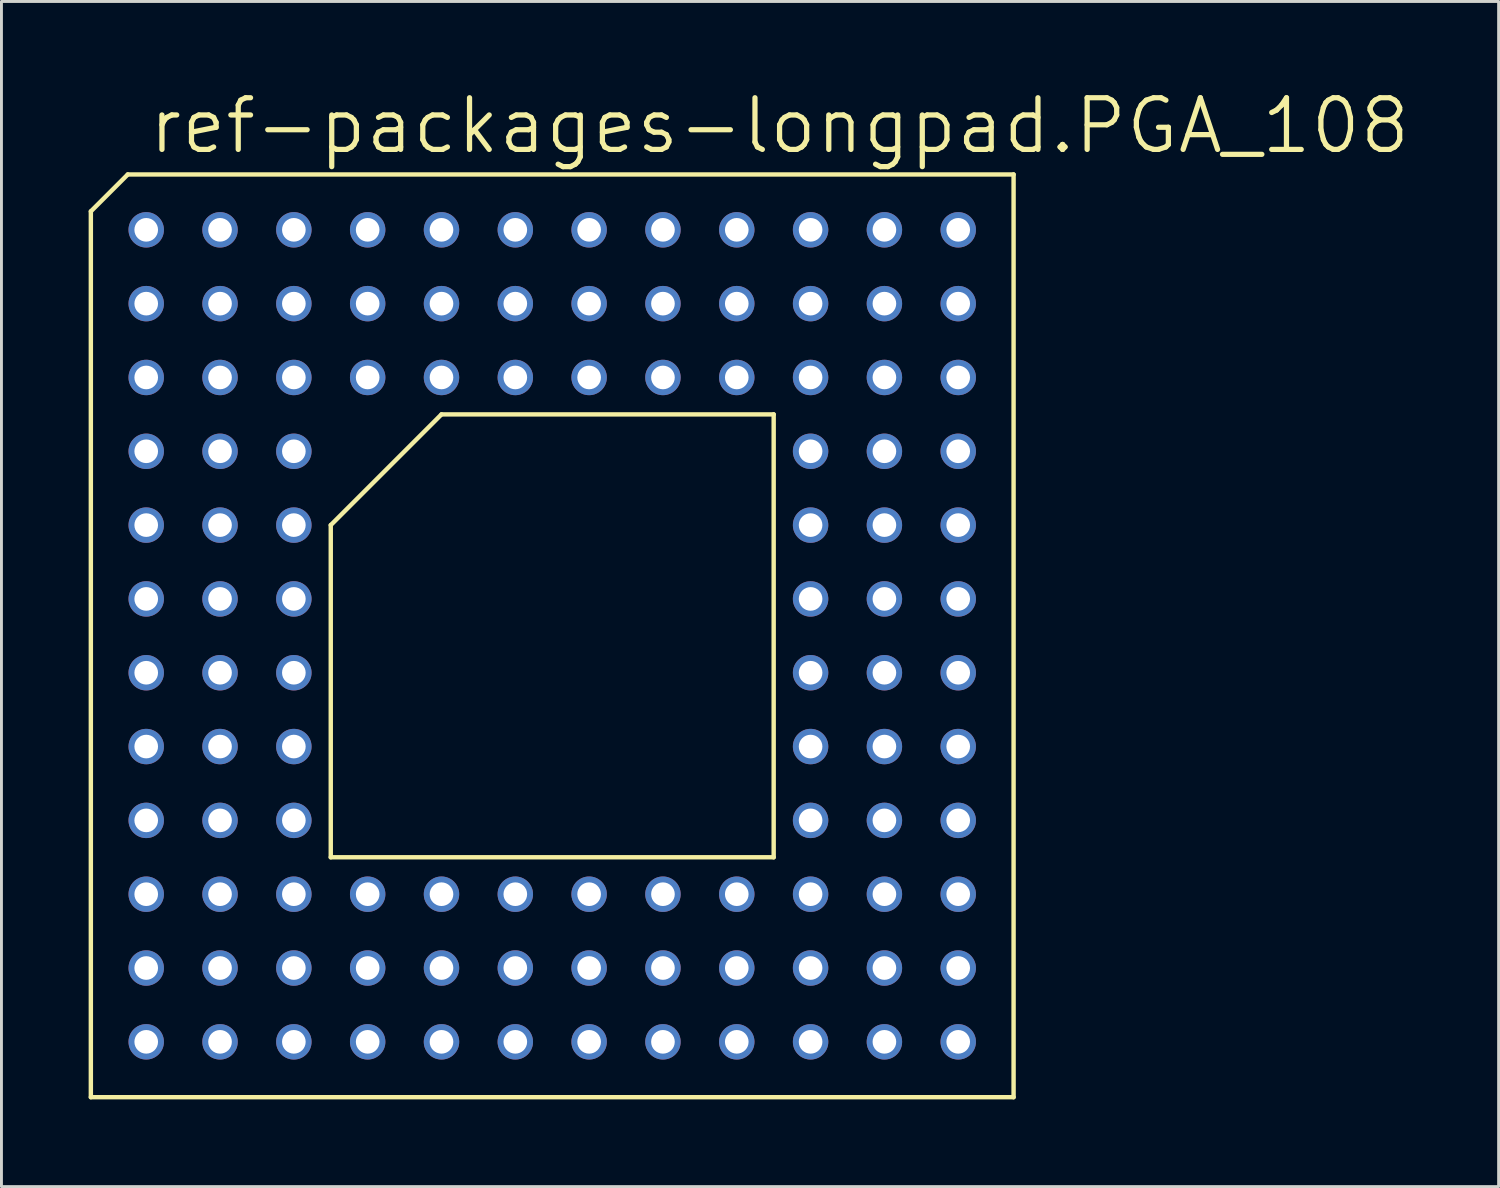
<source format=kicad_pcb>
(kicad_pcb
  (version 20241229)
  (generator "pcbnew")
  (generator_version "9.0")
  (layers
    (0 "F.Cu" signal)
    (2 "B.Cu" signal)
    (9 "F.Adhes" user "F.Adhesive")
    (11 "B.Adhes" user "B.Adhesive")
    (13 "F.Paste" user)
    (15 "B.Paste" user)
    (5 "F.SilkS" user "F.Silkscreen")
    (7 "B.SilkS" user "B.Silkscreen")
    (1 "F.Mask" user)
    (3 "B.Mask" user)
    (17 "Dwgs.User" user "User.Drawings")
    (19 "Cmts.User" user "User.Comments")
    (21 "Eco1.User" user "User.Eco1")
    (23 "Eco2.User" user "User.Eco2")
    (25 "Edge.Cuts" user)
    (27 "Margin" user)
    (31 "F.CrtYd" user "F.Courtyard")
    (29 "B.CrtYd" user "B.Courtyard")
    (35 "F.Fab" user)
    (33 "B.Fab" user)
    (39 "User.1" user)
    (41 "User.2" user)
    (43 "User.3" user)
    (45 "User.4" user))
  (footprint "ref-packages-longpad.PGA_108"
    (layer "F.Cu")
    (at 15.951 18.828)
    (property "Reference" "ref-packages-longpad.PGA_108" (at -13.97 -16.51 0) (layer "F.SilkS") (effects (font (size 1.778 1.778) (thickness 0.18)) (justify left bottom)))
    (attr through_hole)
    (fp_line (start -15.875 -14.605) (end -14.605 -15.875) (stroke (width 0.152) (type default)) (layer "F.SilkS"))
    (fp_line (start -15.875 15.875) (end -15.875 -14.605) (stroke (width 0.152) (type default)) (layer "F.SilkS"))
    (fp_line (start -14.605 -15.875) (end 15.875 -15.875) (stroke (width 0.152) (type default)) (layer "F.SilkS"))
    (fp_line (start -7.62 -3.81) (end -7.62 7.62) (stroke (width 0.152) (type default)) (layer "F.SilkS"))
    (fp_line (start -3.81 -7.62) (end -7.62 -3.81) (stroke (width 0.152) (type default)) (layer "F.SilkS"))
    (fp_line (start 7.62 -7.62) (end -3.81 -7.62) (stroke (width 0.152) (type default)) (layer "F.SilkS"))
    (fp_line (start 7.62 7.62) (end -7.62 7.62) (stroke (width 0.152) (type default)) (layer "F.SilkS"))
    (fp_line (start 7.62 7.62) (end 7.62 -7.62) (stroke (width 0.152) (type default)) (layer "F.SilkS"))
    (fp_line (start 15.875 -15.875) (end 15.875 15.875) (stroke (width 0.152) (type default)) (layer "F.SilkS"))
    (fp_line (start 15.875 15.875) (end -15.875 15.875) (stroke (width 0.152) (type default)) (layer "F.SilkS"))
    (pad "A1" thru_hole circle (at -13.97 -13.97) (size 1.219 1.219) (drill 0.813) (layers "*.Cu" "*.Mask"))
    (pad "A2" thru_hole circle (at -11.43 -13.97) (size 1.219 1.219) (drill 0.813) (layers "*.Cu" "*.Mask"))
    (pad "A3" thru_hole circle (at -8.89 -13.97) (size 1.219 1.219) (drill 0.813) (layers "*.Cu" "*.Mask"))
    (pad "A4" thru_hole circle (at -6.35 -13.97) (size 1.219 1.219) (drill 0.813) (layers "*.Cu" "*.Mask"))
    (pad "A5" thru_hole circle (at -3.81 -13.97) (size 1.219 1.219) (drill 0.813) (layers "*.Cu" "*.Mask"))
    (pad "A6" thru_hole circle (at -1.27 -13.97) (size 1.219 1.219) (drill 0.813) (layers "*.Cu" "*.Mask"))
    (pad "A7" thru_hole circle (at 1.27 -13.97) (size 1.219 1.219) (drill 0.813) (layers "*.Cu" "*.Mask"))
    (pad "A8" thru_hole circle (at 3.81 -13.97) (size 1.219 1.219) (drill 0.813) (layers "*.Cu" "*.Mask"))
    (pad "A9" thru_hole circle (at 6.35 -13.97) (size 1.219 1.219) (drill 0.813) (layers "*.Cu" "*.Mask"))
    (pad "A10" thru_hole circle (at 8.89 -13.97) (size 1.219 1.219) (drill 0.813) (layers "*.Cu" "*.Mask"))
    (pad "A11" thru_hole circle (at 11.43 -13.97) (size 1.219 1.219) (drill 0.813) (layers "*.Cu" "*.Mask"))
    (pad "A12" thru_hole circle (at 13.97 -13.97) (size 1.219 1.219) (drill 0.813) (layers "*.Cu" "*.Mask"))
    (pad "B1" thru_hole circle (at -13.97 -11.43) (size 1.219 1.219) (drill 0.813) (layers "*.Cu" "*.Mask"))
    (pad "B2" thru_hole circle (at -11.43 -11.43) (size 1.219 1.219) (drill 0.813) (layers "*.Cu" "*.Mask"))
    (pad "B3" thru_hole circle (at -8.89 -11.43) (size 1.219 1.219) (drill 0.813) (layers "*.Cu" "*.Mask"))
    (pad "B4" thru_hole circle (at -6.35 -11.43) (size 1.219 1.219) (drill 0.813) (layers "*.Cu" "*.Mask"))
    (pad "B5" thru_hole circle (at -3.81 -11.43) (size 1.219 1.219) (drill 0.813) (layers "*.Cu" "*.Mask"))
    (pad "B6" thru_hole circle (at -1.27 -11.43) (size 1.219 1.219) (drill 0.813) (layers "*.Cu" "*.Mask"))
    (pad "B7" thru_hole circle (at 1.27 -11.43) (size 1.219 1.219) (drill 0.813) (layers "*.Cu" "*.Mask"))
    (pad "B8" thru_hole circle (at 3.81 -11.43) (size 1.219 1.219) (drill 0.813) (layers "*.Cu" "*.Mask"))
    (pad "B9" thru_hole circle (at 6.35 -11.43) (size 1.219 1.219) (drill 0.813) (layers "*.Cu" "*.Mask"))
    (pad "B10" thru_hole circle (at 8.89 -11.43) (size 1.219 1.219) (drill 0.813) (layers "*.Cu" "*.Mask"))
    (pad "B11" thru_hole circle (at 11.43 -11.43) (size 1.219 1.219) (drill 0.813) (layers "*.Cu" "*.Mask"))
    (pad "B12" thru_hole circle (at 13.97 -11.43) (size 1.219 1.219) (drill 0.813) (layers "*.Cu" "*.Mask"))
    (pad "C1" thru_hole circle (at -13.97 -8.89) (size 1.219 1.219) (drill 0.813) (layers "*.Cu" "*.Mask"))
    (pad "C2" thru_hole circle (at -11.43 -8.89) (size 1.219 1.219) (drill 0.813) (layers "*.Cu" "*.Mask"))
    (pad "C3" thru_hole circle (at -8.89 -8.89) (size 1.219 1.219) (drill 0.813) (layers "*.Cu" "*.Mask"))
    (pad "C4" thru_hole circle (at -6.35 -8.89) (size 1.219 1.219) (drill 0.813) (layers "*.Cu" "*.Mask"))
    (pad "C5" thru_hole circle (at -3.81 -8.89) (size 1.219 1.219) (drill 0.813) (layers "*.Cu" "*.Mask"))
    (pad "C6" thru_hole circle (at -1.27 -8.89) (size 1.219 1.219) (drill 0.813) (layers "*.Cu" "*.Mask"))
    (pad "C7" thru_hole circle (at 1.27 -8.89) (size 1.219 1.219) (drill 0.813) (layers "*.Cu" "*.Mask"))
    (pad "C8" thru_hole circle (at 3.81 -8.89) (size 1.219 1.219) (drill 0.813) (layers "*.Cu" "*.Mask"))
    (pad "C9" thru_hole circle (at 6.35 -8.89) (size 1.219 1.219) (drill 0.813) (layers "*.Cu" "*.Mask"))
    (pad "C10" thru_hole circle (at 8.89 -8.89) (size 1.219 1.219) (drill 0.813) (layers "*.Cu" "*.Mask"))
    (pad "C11" thru_hole circle (at 11.43 -8.89) (size 1.219 1.219) (drill 0.813) (layers "*.Cu" "*.Mask"))
    (pad "C12" thru_hole circle (at 13.97 -8.89) (size 1.219 1.219) (drill 0.813) (layers "*.Cu" "*.Mask"))
    (pad "D1" thru_hole circle (at -13.97 -6.35) (size 1.219 1.219) (drill 0.813) (layers "*.Cu" "*.Mask"))
    (pad "D2" thru_hole circle (at -11.43 -6.35) (size 1.219 1.219) (drill 0.813) (layers "*.Cu" "*.Mask"))
    (pad "D3" thru_hole circle (at -8.89 -6.35) (size 1.219 1.219) (drill 0.813) (layers "*.Cu" "*.Mask"))
    (pad "D10" thru_hole circle (at 8.89 -6.35) (size 1.219 1.219) (drill 0.813) (layers "*.Cu" "*.Mask"))
    (pad "D11" thru_hole circle (at 11.43 -6.35) (size 1.219 1.219) (drill 0.813) (layers "*.Cu" "*.Mask"))
    (pad "D12" thru_hole circle (at 13.97 -6.35) (size 1.219 1.219) (drill 0.813) (layers "*.Cu" "*.Mask"))
    (pad "E1" thru_hole circle (at -13.97 -3.81) (size 1.219 1.219) (drill 0.813) (layers "*.Cu" "*.Mask"))
    (pad "E2" thru_hole circle (at -11.43 -3.81) (size 1.219 1.219) (drill 0.813) (layers "*.Cu" "*.Mask"))
    (pad "E3" thru_hole circle (at -8.89 -3.81) (size 1.219 1.219) (drill 0.813) (layers "*.Cu" "*.Mask"))
    (pad "E10" thru_hole circle (at 8.89 -3.81) (size 1.219 1.219) (drill 0.813) (layers "*.Cu" "*.Mask"))
    (pad "E11" thru_hole circle (at 11.43 -3.81) (size 1.219 1.219) (drill 0.813) (layers "*.Cu" "*.Mask"))
    (pad "E12" thru_hole circle (at 13.97 -3.81) (size 1.219 1.219) (drill 0.813) (layers "*.Cu" "*.Mask"))
    (pad "F1" thru_hole circle (at -13.97 -1.27) (size 1.219 1.219) (drill 0.813) (layers "*.Cu" "*.Mask"))
    (pad "F2" thru_hole circle (at -11.43 -1.27) (size 1.219 1.219) (drill 0.813) (layers "*.Cu" "*.Mask"))
    (pad "F3" thru_hole circle (at -8.89 -1.27) (size 1.219 1.219) (drill 0.813) (layers "*.Cu" "*.Mask"))
    (pad "F10" thru_hole circle (at 8.89 -1.27) (size 1.219 1.219) (drill 0.813) (layers "*.Cu" "*.Mask"))
    (pad "F11" thru_hole circle (at 11.43 -1.27) (size 1.219 1.219) (drill 0.813) (layers "*.Cu" "*.Mask"))
    (pad "F12" thru_hole circle (at 13.97 -1.27) (size 1.219 1.219) (drill 0.813) (layers "*.Cu" "*.Mask"))
    (pad "G1" thru_hole circle (at -13.97 1.27) (size 1.219 1.219) (drill 0.813) (layers "*.Cu" "*.Mask"))
    (pad "G2" thru_hole circle (at -11.43 1.27) (size 1.219 1.219) (drill 0.813) (layers "*.Cu" "*.Mask"))
    (pad "G3" thru_hole circle (at -8.89 1.27) (size 1.219 1.219) (drill 0.813) (layers "*.Cu" "*.Mask"))
    (pad "G10" thru_hole circle (at 8.89 1.27) (size 1.219 1.219) (drill 0.813) (layers "*.Cu" "*.Mask"))
    (pad "G11" thru_hole circle (at 11.43 1.27) (size 1.219 1.219) (drill 0.813) (layers "*.Cu" "*.Mask"))
    (pad "G12" thru_hole circle (at 13.97 1.27) (size 1.219 1.219) (drill 0.813) (layers "*.Cu" "*.Mask"))
    (pad "H1" thru_hole circle (at -13.97 3.81) (size 1.219 1.219) (drill 0.813) (layers "*.Cu" "*.Mask"))
    (pad "H2" thru_hole circle (at -11.43 3.81) (size 1.219 1.219) (drill 0.813) (layers "*.Cu" "*.Mask"))
    (pad "H3" thru_hole circle (at -8.89 3.81) (size 1.219 1.219) (drill 0.813) (layers "*.Cu" "*.Mask"))
    (pad "H10" thru_hole circle (at 8.89 3.81) (size 1.219 1.219) (drill 0.813) (layers "*.Cu" "*.Mask"))
    (pad "H11" thru_hole circle (at 11.43 3.81) (size 1.219 1.219) (drill 0.813) (layers "*.Cu" "*.Mask"))
    (pad "H12" thru_hole circle (at 13.97 3.81) (size 1.219 1.219) (drill 0.813) (layers "*.Cu" "*.Mask"))
    (pad "J1" thru_hole circle (at -13.97 6.35) (size 1.219 1.219) (drill 0.813) (layers "*.Cu" "*.Mask"))
    (pad "J2" thru_hole circle (at -11.43 6.35) (size 1.219 1.219) (drill 0.813) (layers "*.Cu" "*.Mask"))
    (pad "J3" thru_hole circle (at -8.89 6.35) (size 1.219 1.219) (drill 0.813) (layers "*.Cu" "*.Mask"))
    (pad "J10" thru_hole circle (at 8.89 6.35) (size 1.219 1.219) (drill 0.813) (layers "*.Cu" "*.Mask"))
    (pad "J11" thru_hole circle (at 11.43 6.35) (size 1.219 1.219) (drill 0.813) (layers "*.Cu" "*.Mask"))
    (pad "J12" thru_hole circle (at 13.97 6.35) (size 1.219 1.219) (drill 0.813) (layers "*.Cu" "*.Mask"))
    (pad "K1" thru_hole circle (at -13.97 8.89) (size 1.219 1.219) (drill 0.813) (layers "*.Cu" "*.Mask"))
    (pad "K2" thru_hole circle (at -11.43 8.89) (size 1.219 1.219) (drill 0.813) (layers "*.Cu" "*.Mask"))
    (pad "K3" thru_hole circle (at -8.89 8.89) (size 1.219 1.219) (drill 0.813) (layers "*.Cu" "*.Mask"))
    (pad "K4" thru_hole circle (at -6.35 8.89) (size 1.219 1.219) (drill 0.813) (layers "*.Cu" "*.Mask"))
    (pad "K5" thru_hole circle (at -3.81 8.89) (size 1.219 1.219) (drill 0.813) (layers "*.Cu" "*.Mask"))
    (pad "K6" thru_hole circle (at -1.27 8.89) (size 1.219 1.219) (drill 0.813) (layers "*.Cu" "*.Mask"))
    (pad "K7" thru_hole circle (at 1.27 8.89) (size 1.219 1.219) (drill 0.813) (layers "*.Cu" "*.Mask"))
    (pad "K8" thru_hole circle (at 3.81 8.89) (size 1.219 1.219) (drill 0.813) (layers "*.Cu" "*.Mask"))
    (pad "K9" thru_hole circle (at 6.35 8.89) (size 1.219 1.219) (drill 0.813) (layers "*.Cu" "*.Mask"))
    (pad "K10" thru_hole circle (at 8.89 8.89) (size 1.219 1.219) (drill 0.813) (layers "*.Cu" "*.Mask"))
    (pad "K11" thru_hole circle (at 11.43 8.89) (size 1.219 1.219) (drill 0.813) (layers "*.Cu" "*.Mask"))
    (pad "K12" thru_hole circle (at 13.97 8.89) (size 1.219 1.219) (drill 0.813) (layers "*.Cu" "*.Mask"))
    (pad "L1" thru_hole circle (at -13.97 11.43) (size 1.219 1.219) (drill 0.813) (layers "*.Cu" "*.Mask"))
    (pad "L2" thru_hole circle (at -11.43 11.43) (size 1.219 1.219) (drill 0.813) (layers "*.Cu" "*.Mask"))
    (pad "L3" thru_hole circle (at -8.89 11.43) (size 1.219 1.219) (drill 0.813) (layers "*.Cu" "*.Mask"))
    (pad "L4" thru_hole circle (at -6.35 11.43) (size 1.219 1.219) (drill 0.813) (layers "*.Cu" "*.Mask"))
    (pad "L5" thru_hole circle (at -3.81 11.43) (size 1.219 1.219) (drill 0.813) (layers "*.Cu" "*.Mask"))
    (pad "L6" thru_hole circle (at -1.27 11.43) (size 1.219 1.219) (drill 0.813) (layers "*.Cu" "*.Mask"))
    (pad "L7" thru_hole circle (at 1.27 11.43) (size 1.219 1.219) (drill 0.813) (layers "*.Cu" "*.Mask"))
    (pad "L8" thru_hole circle (at 3.81 11.43) (size 1.219 1.219) (drill 0.813) (layers "*.Cu" "*.Mask"))
    (pad "L9" thru_hole circle (at 6.35 11.43) (size 1.219 1.219) (drill 0.813) (layers "*.Cu" "*.Mask"))
    (pad "L10" thru_hole circle (at 8.89 11.43) (size 1.219 1.219) (drill 0.813) (layers "*.Cu" "*.Mask"))
    (pad "L11" thru_hole circle (at 11.43 11.43) (size 1.219 1.219) (drill 0.813) (layers "*.Cu" "*.Mask"))
    (pad "L12" thru_hole circle (at 13.97 11.43) (size 1.219 1.219) (drill 0.813) (layers "*.Cu" "*.Mask"))
    (pad "M1" thru_hole circle (at -13.97 13.97) (size 1.219 1.219) (drill 0.813) (layers "*.Cu" "*.Mask"))
    (pad "M2" thru_hole circle (at -11.43 13.97) (size 1.219 1.219) (drill 0.813) (layers "*.Cu" "*.Mask"))
    (pad "M3" thru_hole circle (at -8.89 13.97) (size 1.219 1.219) (drill 0.813) (layers "*.Cu" "*.Mask"))
    (pad "M4" thru_hole circle (at -6.35 13.97) (size 1.219 1.219) (drill 0.813) (layers "*.Cu" "*.Mask"))
    (pad "M5" thru_hole circle (at -3.81 13.97) (size 1.219 1.219) (drill 0.813) (layers "*.Cu" "*.Mask"))
    (pad "M6" thru_hole circle (at -1.27 13.97) (size 1.219 1.219) (drill 0.813) (layers "*.Cu" "*.Mask"))
    (pad "M7" thru_hole circle (at 1.27 13.97) (size 1.219 1.219) (drill 0.813) (layers "*.Cu" "*.Mask"))
    (pad "M8" thru_hole circle (at 3.81 13.97) (size 1.219 1.219) (drill 0.813) (layers "*.Cu" "*.Mask"))
    (pad "M9" thru_hole circle (at 6.35 13.97) (size 1.219 1.219) (drill 0.813) (layers "*.Cu" "*.Mask"))
    (pad "M10" thru_hole circle (at 8.89 13.97) (size 1.219 1.219) (drill 0.813) (layers "*.Cu" "*.Mask"))
    (pad "M11" thru_hole circle (at 11.43 13.97) (size 1.219 1.219) (drill 0.813) (layers "*.Cu" "*.Mask"))
    (pad "M12" thru_hole circle (at 13.97 13.97) (size 1.219 1.219) (drill 0.813) (layers "*.Cu" "*.Mask")))
  (gr_rect
    (start -3 -3)
    (end 48.515 37.779)
    (stroke (width 0.1) (type default))
    (fill no)
    (layer "Edge.Cuts")))
</source>
